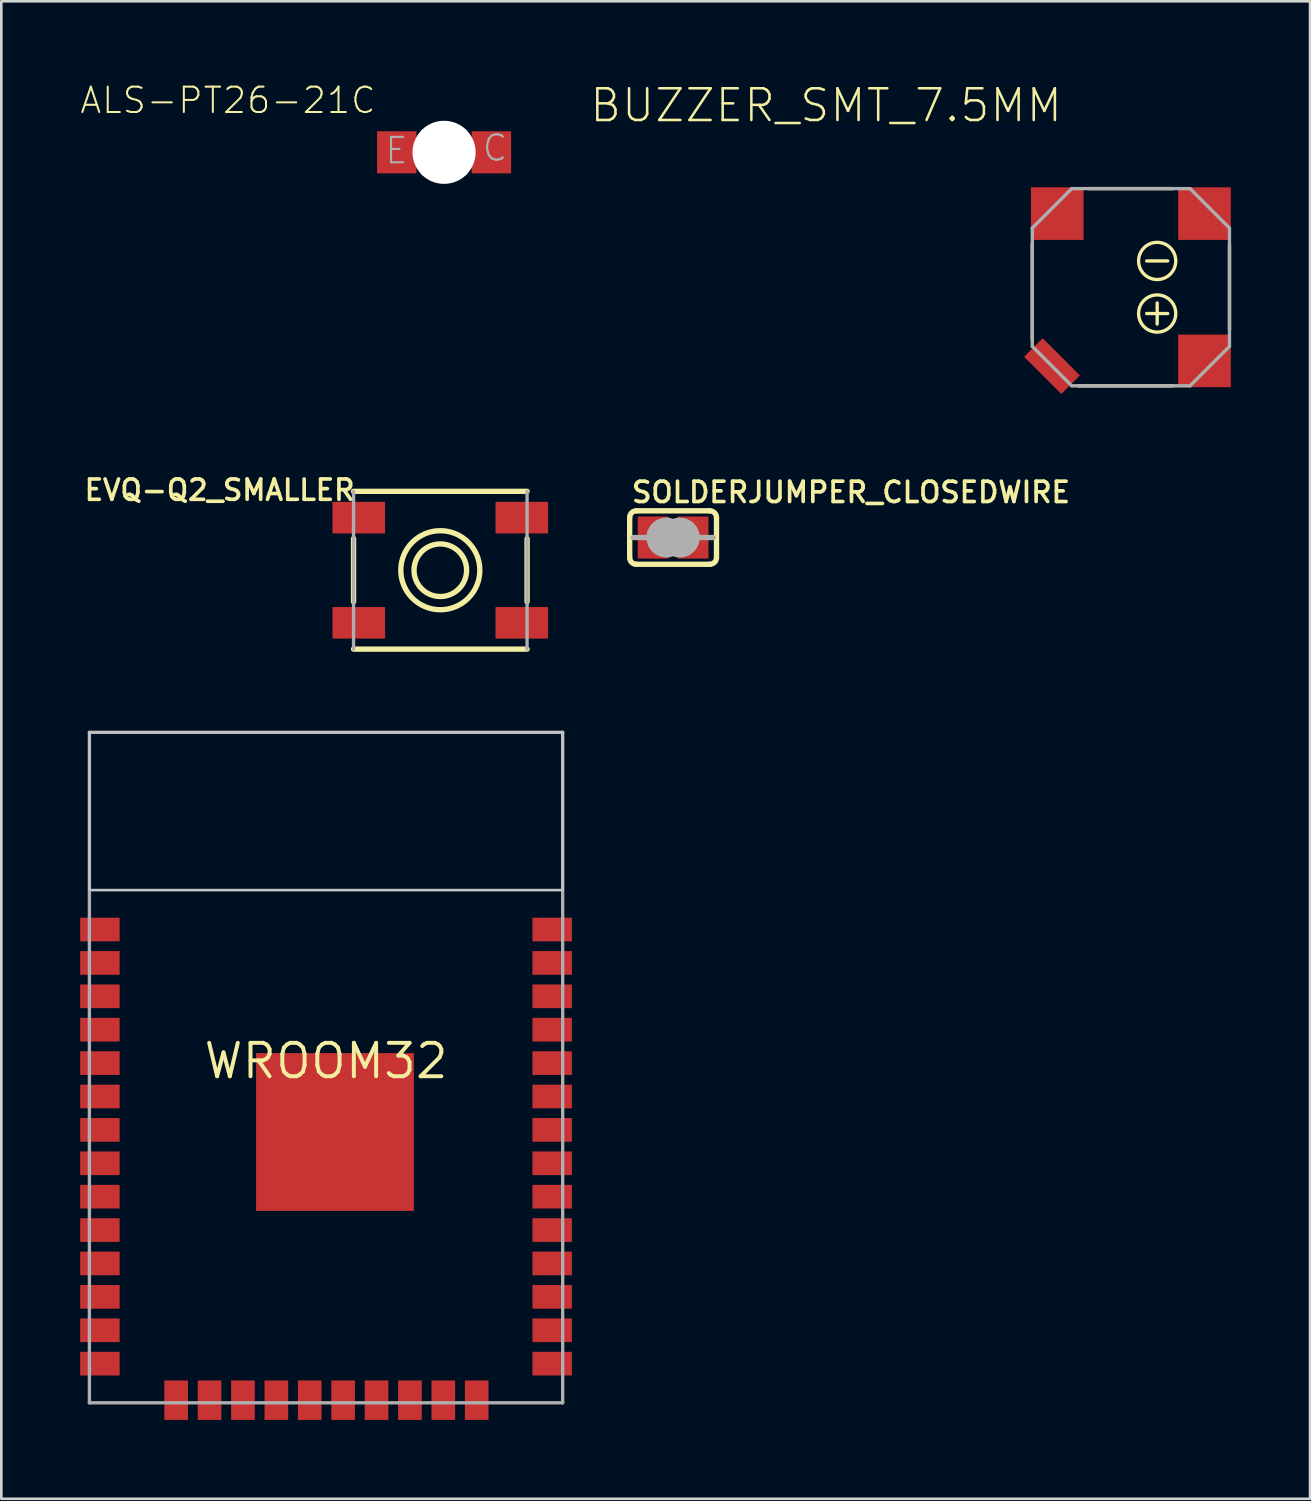
<source format=kicad_pcb>
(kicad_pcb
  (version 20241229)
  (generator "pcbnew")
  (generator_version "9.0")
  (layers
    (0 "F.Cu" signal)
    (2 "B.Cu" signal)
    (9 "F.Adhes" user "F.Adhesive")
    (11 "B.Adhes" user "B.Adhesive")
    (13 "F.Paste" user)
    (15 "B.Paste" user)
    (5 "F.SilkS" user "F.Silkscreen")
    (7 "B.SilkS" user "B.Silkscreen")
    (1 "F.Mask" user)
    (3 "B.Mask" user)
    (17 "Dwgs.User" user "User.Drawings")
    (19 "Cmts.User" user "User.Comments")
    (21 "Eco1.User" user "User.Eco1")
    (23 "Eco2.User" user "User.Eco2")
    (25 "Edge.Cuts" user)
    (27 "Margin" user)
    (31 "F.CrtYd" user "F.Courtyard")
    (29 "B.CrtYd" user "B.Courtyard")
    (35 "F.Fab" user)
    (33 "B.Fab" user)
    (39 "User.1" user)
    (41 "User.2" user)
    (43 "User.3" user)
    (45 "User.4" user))
  (footprint "EVQ-Q2_SMALLER"
    (layer "F.Cu")
    (at 13.696 18.637)
    (property "Reference" "EVQ-Q2_SMALLER" (at -3.175 -3.5 180) (layer "F.SilkS") (effects (font (size 0.772 0.772) (thickness 0.139)) (justify right top)))
    (attr through_hole)
    (fp_line (start -3.3 -3) (end 3.3 -3) (stroke (width 0.203) (type solid)) (layer "F.SilkS"))
    (fp_line (start -3.3 1.2) (end -3.3 -1.2) (stroke (width 0.203) (type solid)) (layer "F.SilkS"))
    (fp_line (start 3.3 -1.2) (end 3.3 1.2) (stroke (width 0.203) (type solid)) (layer "F.SilkS"))
    (fp_line (start 3.3 3) (end -3.3 3) (stroke (width 0.203) (type solid)) (layer "F.SilkS"))
    (fp_circle (center 0 0) (end 1 0) (stroke (width 0.203) (type solid)) (fill no) (layer "F.SilkS"))
    (fp_circle (center 0 0) (end 1.503 0) (stroke (width 0.203) (type solid)) (fill no) (layer "F.SilkS"))
    (fp_line (start -3.3 3) (end -3.3 -3) (stroke (width 0.127) (type solid)) (layer "F.Fab"))
    (fp_line (start 3.3 -3) (end 3.3 3) (stroke (width 0.127) (type solid)) (layer "F.Fab"))
    (pad "A" smd rect (at -3.1 2) (size 2 1.2) (layers "F.Cu" "F.Mask" "F.Paste"))
    (pad "A'" smd rect (at 3.1 2) (size 2 1.2) (layers "F.Cu" "F.Mask" "F.Paste"))
    (pad "B" smd rect (at -3.1 -2) (size 2 1.2) (layers "F.Cu" "F.Mask" "F.Paste"))
    (pad "B'" smd rect (at 3.1 -2) (size 2 1.2) (layers "F.Cu" "F.Mask" "F.Paste")))
  (footprint "WROOM32"
    (layer "F.Cu")
    (at 9.35 37.302)
    (property "Reference" "WROOM32" (at 0 0 0) (layer "F.SilkS") (effects (font (size 1.27 1.27) (thickness 0.15))))
    (attr through_hole)
    (fp_poly (pts (xy -9 -6.5) (xy 9 -6.5) (xy 9 -12.5) (xy -9 -12.5)) (stroke (width 0.1) (type solid)) (fill no) (layer "Dwgs.User"))
    (fp_line (start -9 -12.5) (end -9 13) (stroke (width 0.127) (type solid)) (layer "F.Fab"))
    (fp_line (start -9 13) (end 9 13) (stroke (width 0.127) (type solid)) (layer "F.Fab"))
    (fp_line (start 9 -12.5) (end -9 -12.5) (stroke (width 0.127) (type solid)) (layer "F.Fab"))
    (fp_line (start 9 13) (end 9 -12.5) (stroke (width 0.127) (type solid)) (layer "F.Fab"))
    (pad "1" smd rect (at -8.6 -5 180) (size 1.5 0.9) (layers "F.Cu" "F.Mask" "F.Paste"))
    (pad "2" smd rect (at -8.6 -3.73 180) (size 1.5 0.9) (layers "F.Cu" "F.Mask" "F.Paste"))
    (pad "3" smd rect (at -8.6 -2.46 180) (size 1.5 0.9) (layers "F.Cu" "F.Mask" "F.Paste"))
    (pad "4" smd rect (at -8.6 -1.19 180) (size 1.5 0.9) (layers "F.Cu" "F.Mask" "F.Paste"))
    (pad "5" smd rect (at -8.6 0.08 180) (size 1.5 0.9) (layers "F.Cu" "F.Mask" "F.Paste"))
    (pad "6" smd rect (at -8.6 1.35 180) (size 1.5 0.9) (layers "F.Cu" "F.Mask" "F.Paste"))
    (pad "7" smd rect (at -8.6 2.62 180) (size 1.5 0.9) (layers "F.Cu" "F.Mask" "F.Paste"))
    (pad "8" smd rect (at -8.6 3.89 180) (size 1.5 0.9) (layers "F.Cu" "F.Mask" "F.Paste"))
    (pad "9" smd rect (at -8.6 5.16 180) (size 1.5 0.9) (layers "F.Cu" "F.Mask" "F.Paste"))
    (pad "10" smd rect (at -8.6 6.43 180) (size 1.5 0.9) (layers "F.Cu" "F.Mask" "F.Paste"))
    (pad "11" smd rect (at -8.6 7.7 180) (size 1.5 0.9) (layers "F.Cu" "F.Mask" "F.Paste"))
    (pad "12" smd rect (at -8.6 8.97 180) (size 1.5 0.9) (layers "F.Cu" "F.Mask" "F.Paste"))
    (pad "13" smd rect (at -8.6 10.24 180) (size 1.5 0.9) (layers "F.Cu" "F.Mask" "F.Paste"))
    (pad "14" smd rect (at -8.6 11.51 180) (size 1.5 0.9) (layers "F.Cu" "F.Mask" "F.Paste"))
    (pad "15" smd rect (at -5.7 12.9 270) (size 1.5 0.9) (layers "F.Cu" "F.Mask" "F.Paste"))
    (pad "16" smd rect (at -4.43 12.9 270) (size 1.5 0.9) (layers "F.Cu" "F.Mask" "F.Paste"))
    (pad "17" smd rect (at -3.16 12.9 270) (size 1.5 0.9) (layers "F.Cu" "F.Mask" "F.Paste"))
    (pad "18" smd rect (at -1.89 12.9 270) (size 1.5 0.9) (layers "F.Cu" "F.Mask" "F.Paste"))
    (pad "19" smd rect (at -0.62 12.9 270) (size 1.5 0.9) (layers "F.Cu" "F.Mask" "F.Paste"))
    (pad "20" smd rect (at 0.65 12.9 270) (size 1.5 0.9) (layers "F.Cu" "F.Mask" "F.Paste"))
    (pad "21" smd rect (at 1.92 12.9 270) (size 1.5 0.9) (layers "F.Cu" "F.Mask" "F.Paste"))
    (pad "22" smd rect (at 3.19 12.9 270) (size 1.5 0.9) (layers "F.Cu" "F.Mask" "F.Paste"))
    (pad "23" smd rect (at 4.46 12.9 270) (size 1.5 0.9) (layers "F.Cu" "F.Mask" "F.Paste"))
    (pad "24" smd rect (at 5.73 12.9 270) (size 1.5 0.9) (layers "F.Cu" "F.Mask" "F.Paste"))
    (pad "25" smd rect (at 8.6 11.51) (size 1.5 0.9) (layers "F.Cu" "F.Mask" "F.Paste"))
    (pad "26" smd rect (at 8.6 10.24) (size 1.5 0.9) (layers "F.Cu" "F.Mask" "F.Paste"))
    (pad "27" smd rect (at 8.6 8.97) (size 1.5 0.9) (layers "F.Cu" "F.Mask" "F.Paste"))
    (pad "28" smd rect (at 8.6 7.7) (size 1.5 0.9) (layers "F.Cu" "F.Mask" "F.Paste"))
    (pad "29" smd rect (at 8.6 6.43) (size 1.5 0.9) (layers "F.Cu" "F.Mask" "F.Paste"))
    (pad "30" smd rect (at 8.6 5.16) (size 1.5 0.9) (layers "F.Cu" "F.Mask" "F.Paste"))
    (pad "31" smd rect (at 8.6 3.89) (size 1.5 0.9) (layers "F.Cu" "F.Mask" "F.Paste"))
    (pad "32" smd rect (at 8.6 2.62) (size 1.5 0.9) (layers "F.Cu" "F.Mask" "F.Paste"))
    (pad "33" smd rect (at 8.6 1.35) (size 1.5 0.9) (layers "F.Cu" "F.Mask" "F.Paste"))
    (pad "34" smd rect (at 8.6 0.08) (size 1.5 0.9) (layers "F.Cu" "F.Mask" "F.Paste"))
    (pad "35" smd rect (at 8.6 -1.19) (size 1.5 0.9) (layers "F.Cu" "F.Mask" "F.Paste"))
    (pad "36" smd rect (at 8.6 -2.46) (size 1.5 0.9) (layers "F.Cu" "F.Mask" "F.Paste"))
    (pad "37" smd rect (at 8.6 -3.73) (size 1.5 0.9) (layers "F.Cu" "F.Mask" "F.Paste"))
    (pad "38" smd rect (at 8.6 -5) (size 1.5 0.9) (layers "F.Cu" "F.Mask" "F.Paste"))
    (pad "P$1" smd rect (at 0.34 2.7) (size 6 6) (layers "F.Cu" "F.Mask" "F.Paste")))
  (footprint "ALS-PT26-21C"
    (layer "F.Cu")
    (at 13.839 2.743)
    (property "Reference" "ALS-PT26-21C" (at -2.54 -2.54 180) (layer "F.SilkS") (effects (font (size 0.965 0.965) (thickness 0.077)) (justify right top)))
    (attr through_hole)
    (fp_poly (pts (xy -2.5 0.8) (xy -1.3 0.8) (xy -1.3 -0.8) (xy -2.5 -0.8)) (stroke (width 0) (type solid)) (fill yes) (layer "F.Paste"))
    (fp_poly (pts (xy 1.3 0.8) (xy 2.5 0.8) (xy 2.5 -0.8) (xy 1.3 -0.8)) (stroke (width 0) (type solid)) (fill yes) (layer "F.Paste"))
    (fp_line (start -0.8 -0.8) (end -0.8 0.8) (stroke (width 0.152) (type solid)) (layer "Cmts.User"))
    (fp_line (start -0.8 0.8) (end 0.8 0.8) (stroke (width 0.152) (type solid)) (layer "Cmts.User"))
    (fp_line (start 0.8 -0.8) (end -0.8 -0.8) (stroke (width 0.152) (type solid)) (layer "Cmts.User"))
    (fp_line (start 0.8 0.8) (end 0.8 -0.8) (stroke (width 0.152) (type solid)) (layer "Cmts.User"))
    (fp_text user "E" (at -2.3 0.5 0) (layer "F.Fab") (effects (font (size 0.965 0.965) (thickness 0.081)) (justify left bottom)))
    (fp_text user "C" (at 1.4 0.4 0) (layer "F.Fab") (effects (font (size 0.965 0.965) (thickness 0.081)) (justify left bottom)))
    (pad "" np_thru_hole circle (at 0 0) (size 2.4 2.4) (drill 2.4) (layers "*.Cu" "*.Mask"))
    (pad "1_E" smd rect (at -1.8 0) (size 1.5 1.6) (layers "F.Cu" "F.Mask"))
    (pad "2_C" smd rect (at 1.8 0) (size 1.5 1.6) (layers "F.Cu" "F.Mask")))
  (footprint "SOLDERJUMPER_CLOSEDWIRE"
    (layer "F.Cu")
    (at 22.549 17.394)
    (property "Reference" "SOLDERJUMPER_CLOSEDWIRE" (at -1.651 -1.27 0) (layer "F.SilkS") (effects (font (size 0.772 0.772) (thickness 0.139)) (justify left bottom)))
    (attr through_hole)
    (fp_poly (pts (xy -1.27 -0.762) (xy 1.27 -0.762) (xy 1.27 0.762) (xy -1.27 0.762)) (stroke (width 0) (type solid)) (fill yes) (layer "F.Mask"))
    (fp_line (start -1.651 0.762) (end -1.651 -0.762) (stroke (width 0.203) (type solid)) (layer "F.SilkS"))
    (fp_line (start -1.397 -1.016) (end 1.397 -1.016) (stroke (width 0.203) (type solid)) (layer "F.SilkS"))
    (fp_line (start 1.397 1.016) (end -1.397 1.016) (stroke (width 0.203) (type solid)) (layer "F.SilkS"))
    (fp_line (start 1.651 0.762) (end 1.651 -0.762) (stroke (width 0.203) (type solid)) (layer "F.SilkS"))
    (fp_arc (start -1.651 -0.762) (mid -1.576605 -0.941605) (end -1.397 -1.016) (stroke (width 0.2032) (type solid)) (layer "F.SilkS"))
    (fp_arc (start -1.397 1.016) (mid -1.576605 0.941605) (end -1.651 0.762) (stroke (width 0.2032) (type solid)) (layer "F.SilkS"))
    (fp_arc (start 1.397 -1.016) (mid 1.576605 -0.941605) (end 1.651 -0.762) (stroke (width 0.2032) (type solid)) (layer "F.SilkS"))
    (fp_arc (start 1.651 0.762) (mid 1.576605 0.941605) (end 1.397 1.016) (stroke (width 0.2032) (type solid)) (layer "F.SilkS"))
    (fp_line (start -1.016 0) (end -1.524 0) (stroke (width 0.203) (type solid)) (layer "F.Fab"))
    (fp_line (start 1.016 0) (end 1.524 0) (stroke (width 0.203) (type solid)) (layer "F.Fab"))
    (fp_arc (start -0.254 0.127) (mid -0.381 0) (end -0.254 -0.127) (stroke (width 1.27) (type solid)) (layer "F.Fab"))
    (fp_arc (start 0.254 -0.127) (mid 0.381 0) (end 0.254 0.127) (stroke (width 1.27) (type solid)) (layer "F.Fab"))
    (pad "1" smd rect (at -0.762 0) (size 1.168 1.6) (layers "F.Cu" "F.Mask"))
    (pad "2" smd rect (at 0.762 0) (size 1.168 1.6) (layers "F.Cu" "F.Mask"))
    (pad "WIRE" smd rect (at 0 0 180) (size 0.635 0.203) (layers "F.Cu" "F.Mask")))
  (footprint "BUZZER_SMT_7.5MM"
    (layer "F.Cu")
    (at 39.96 7.874)
    (property "Reference" "BUZZER_SMT_7.5MM" (at -2.54 -7.62 180) (layer "F.SilkS") (effects (font (size 1.206 1.206) (thickness 0.097)) (justify right top)))
    (attr through_hole)
    (fp_line (start -3.75 -1.65) (end -3.75 2) (stroke (width 0.127) (type solid)) (layer "F.SilkS"))
    (fp_line (start -2 3.75) (end 1.6 3.75) (stroke (width 0.127) (type solid)) (layer "F.SilkS"))
    (fp_line (start -1.6 -3.75) (end 1.6 -3.75) (stroke (width 0.127) (type solid)) (layer "F.SilkS"))
    (fp_line (start 0.6 -1) (end 1.4 -1) (stroke (width 0.127) (type solid)) (layer "F.SilkS"))
    (fp_line (start 0.6 1) (end 1.4 1) (stroke (width 0.127) (type solid)) (layer "F.SilkS"))
    (fp_line (start 1 0.6) (end 1 1.4) (stroke (width 0.127) (type solid)) (layer "F.SilkS"))
    (fp_line (start 3.75 1.6) (end 3.75 -1.6) (stroke (width 0.127) (type solid)) (layer "F.SilkS"))
    (fp_circle (center 1 -1) (end 1.707 -1) (stroke (width 0.127) (type solid)) (fill no) (layer "F.SilkS"))
    (fp_circle (center 1 1) (end 1.707 1) (stroke (width 0.127) (type solid)) (fill no) (layer "F.SilkS"))
    (fp_line (start -3.75 -2.25) (end -2.25 -3.75) (stroke (width 0.127) (type solid)) (layer "F.Fab"))
    (fp_line (start -3.75 2.25) (end -3.75 -2.25) (stroke (width 0.127) (type solid)) (layer "F.Fab"))
    (fp_line (start -2.25 -3.75) (end 2.25 -3.75) (stroke (width 0.127) (type solid)) (layer "F.Fab"))
    (fp_line (start -2.25 3.75) (end -3.75 2.25) (stroke (width 0.127) (type solid)) (layer "F.Fab"))
    (fp_line (start 2.25 -3.75) (end 3.75 -2.25) (stroke (width 0.127) (type solid)) (layer "F.Fab"))
    (fp_line (start 2.25 3.75) (end -2.25 3.75) (stroke (width 0.127) (type solid)) (layer "F.Fab"))
    (fp_line (start 3.75 -2.25) (end 3.75 2.25) (stroke (width 0.127) (type solid)) (layer "F.Fab"))
    (fp_line (start 3.75 2.25) (end 2.25 3.75) (stroke (width 0.127) (type solid)) (layer "F.Fab"))
    (pad "+" smd rect (at 2.8 2.8) (size 2 2) (layers "F.Cu" "F.Mask" "F.Paste"))
    (pad "-" smd rect (at 2.8 -2.8) (size 2 2) (layers "F.Cu" "F.Mask" "F.Paste"))
    (pad "MT" smd rect (at -3 3 135) (size 2 1) (layers "F.Cu" "F.Mask" "F.Paste"))
    (pad "MT2" smd rect (at -2.8 -2.8) (size 2 2) (layers "F.Cu" "F.Mask" "F.Paste")))
  (gr_rect
    (start -3 -3)
    (end 46.774 53.952)
    (stroke (width 0.1) (type default))
    (fill no)
    (layer "Edge.Cuts")))
</source>
